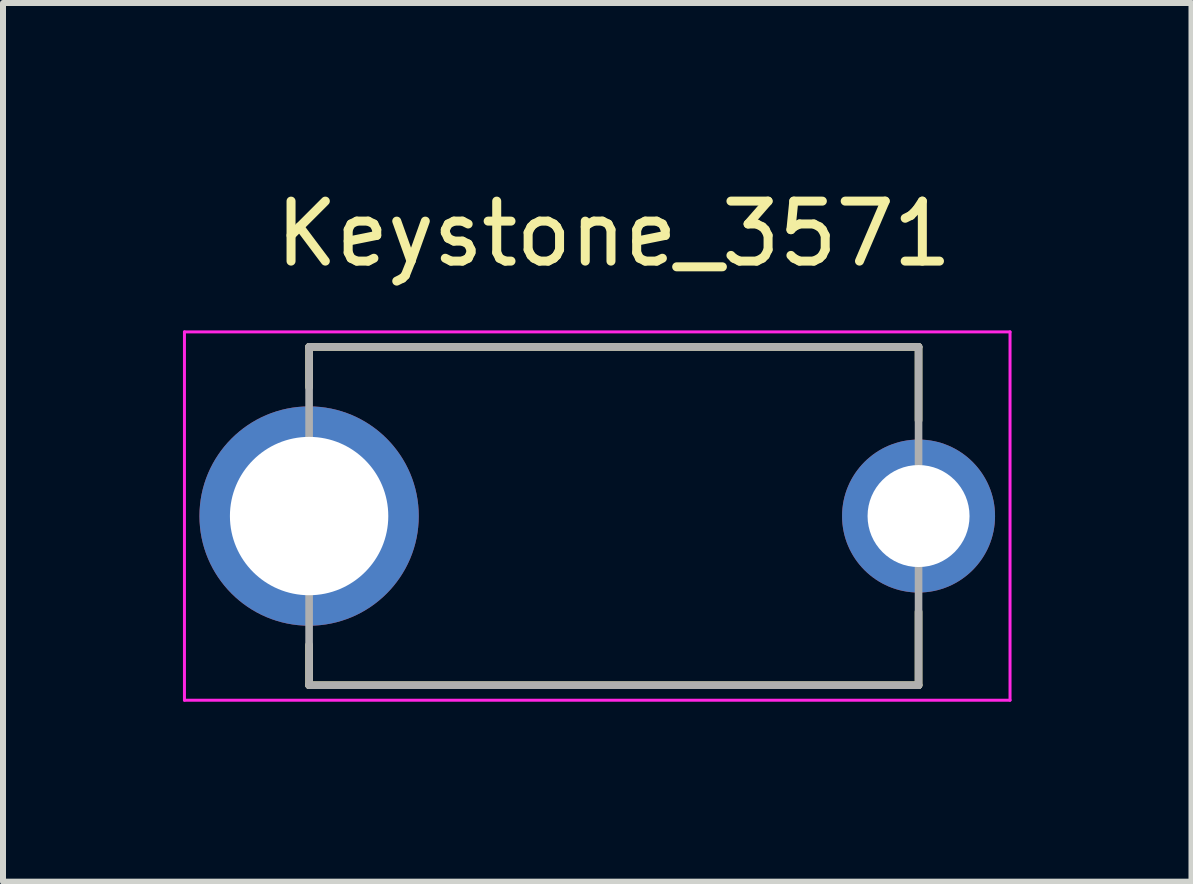
<source format=kicad_pcb>
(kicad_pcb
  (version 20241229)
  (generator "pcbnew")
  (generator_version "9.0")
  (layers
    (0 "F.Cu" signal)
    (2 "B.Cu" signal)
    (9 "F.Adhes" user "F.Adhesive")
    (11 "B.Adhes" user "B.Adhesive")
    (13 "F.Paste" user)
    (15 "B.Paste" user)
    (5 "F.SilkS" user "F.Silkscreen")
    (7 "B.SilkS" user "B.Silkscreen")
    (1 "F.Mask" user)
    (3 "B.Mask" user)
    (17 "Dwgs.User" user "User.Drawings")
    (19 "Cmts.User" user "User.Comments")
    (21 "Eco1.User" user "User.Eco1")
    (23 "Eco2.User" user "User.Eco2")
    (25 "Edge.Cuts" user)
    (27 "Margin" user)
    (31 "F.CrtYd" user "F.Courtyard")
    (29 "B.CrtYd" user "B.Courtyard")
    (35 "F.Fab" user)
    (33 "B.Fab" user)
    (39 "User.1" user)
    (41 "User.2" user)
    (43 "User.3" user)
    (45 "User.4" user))
  (footprint "Keystone_3571"
    (layer "F.Cu")
    (at 7.183 5.553)
    (property "Reference" "Keystone_3571" (at 0 -4.705 0) (layer "F.SilkS") (effects (font (size 1 1) (thickness 0.15))))
    (attr through_hole)
    (fp_line (start -5.08 -2.82) (end 5.08 -2.82) (stroke (width 0.127) (type solid)) (layer "F.SilkS"))
    (fp_line (start -5.08 -2.148) (end -5.08 -2.82) (stroke (width 0.127) (type solid)) (layer "F.SilkS"))
    (fp_line (start -5.08 2.82) (end -5.08 2.148) (stroke (width 0.127) (type solid)) (layer "F.SilkS"))
    (fp_line (start 5.08 -2.82) (end 5.08 -1.595) (stroke (width 0.127) (type solid)) (layer "F.SilkS"))
    (fp_line (start 5.08 2.82) (end -5.08 2.82) (stroke (width 0.127) (type solid)) (layer "F.SilkS"))
    (fp_line (start 5.08 2.82) (end 5.08 1.595) (stroke (width 0.127) (type solid)) (layer "F.SilkS"))
    (fp_line (start -7.158 -3.07) (end -7.158 3.07) (stroke (width 0.05) (type solid)) (layer "F.CrtYd"))
    (fp_line (start -7.158 3.07) (end 6.605 3.07) (stroke (width 0.05) (type solid)) (layer "F.CrtYd"))
    (fp_line (start 6.605 -3.07) (end -7.158 -3.07) (stroke (width 0.05) (type solid)) (layer "F.CrtYd"))
    (fp_line (start 6.605 3.07) (end 6.605 -3.07) (stroke (width 0.05) (type solid)) (layer "F.CrtYd"))
    (fp_line (start -5.08 -2.82) (end 5.08 -2.82) (stroke (width 0.127) (type solid)) (layer "F.Fab"))
    (fp_line (start -5.08 2.82) (end -5.08 -2.82) (stroke (width 0.127) (type solid)) (layer "F.Fab"))
    (fp_line (start 5.08 -2.82) (end 5.08 2.82) (stroke (width 0.127) (type solid)) (layer "F.Fab"))
    (fp_line (start 5.08 2.82) (end -5.08 2.82) (stroke (width 0.127) (type solid)) (layer "F.Fab"))
    (pad "1_1" thru_hole circle (at -5.08 0) (size 3.656 3.656) (drill 2.64) (layers "*.Cu" "*.Mask"))
    (pad "1_2" thru_hole circle (at 5.08 0) (size 2.55 2.55) (drill 1.7) (layers "*.Cu" "*.Mask")))
  (gr_rect
    (start -3 -3)
    (end 16.813 11.648)
    (stroke (width 0.1) (type default))
    (fill no)
    (layer "Edge.Cuts")))
</source>
